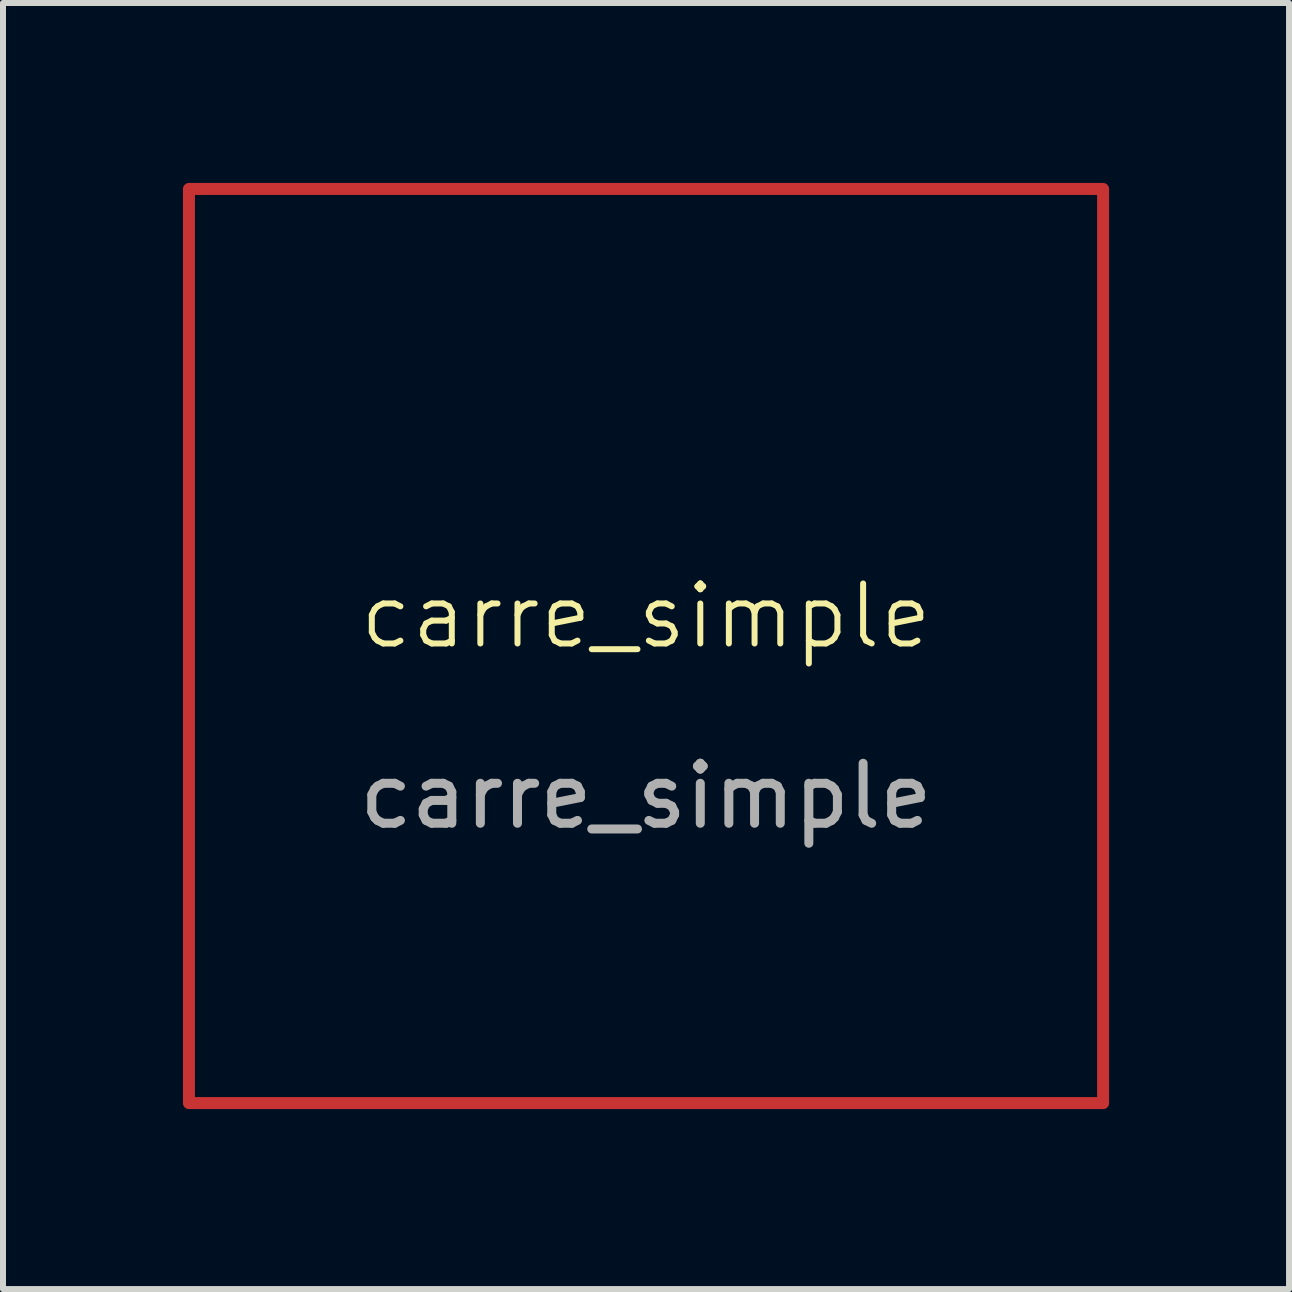
<source format=kicad_pcb>
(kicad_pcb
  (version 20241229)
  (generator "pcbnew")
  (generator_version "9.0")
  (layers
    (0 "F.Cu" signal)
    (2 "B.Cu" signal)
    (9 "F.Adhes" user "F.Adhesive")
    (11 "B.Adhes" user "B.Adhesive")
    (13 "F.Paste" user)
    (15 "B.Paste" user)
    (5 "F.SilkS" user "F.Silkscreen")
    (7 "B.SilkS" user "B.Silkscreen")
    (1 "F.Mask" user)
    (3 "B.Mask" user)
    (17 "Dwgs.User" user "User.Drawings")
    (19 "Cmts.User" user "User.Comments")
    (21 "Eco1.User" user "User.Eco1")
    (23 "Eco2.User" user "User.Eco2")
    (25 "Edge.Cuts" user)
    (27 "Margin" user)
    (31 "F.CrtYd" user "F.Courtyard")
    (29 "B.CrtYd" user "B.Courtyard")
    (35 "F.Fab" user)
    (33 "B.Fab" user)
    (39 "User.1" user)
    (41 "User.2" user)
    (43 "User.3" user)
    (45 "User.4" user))
  (footprint "carre_simple"
    (layer "F.Cu")
    (at 7.72 7.72)
    (property "Reference" "carre_simple" (at 0 -0.5 0) (unlocked yes) (layer "F.SilkS") (effects (font (size 1 1) (thickness 0.1))))
    (attr smd)
    (fp_rect (start -7.62 -7.62) (end 7.62 7.62) (stroke (width 0.2) (type default)) (fill no) (layer "F.Cu"))
    (fp_text user "${REFERENCE}" (at 0 2.5 0) (unlocked yes) (layer "F.Fab") (effects (font (size 1 1) (thickness 0.15)))))
  (gr_rect
    (start -3 -3)
    (end 18.44 18.44)
    (stroke (width 0.1) (type default))
    (fill no)
    (layer "Edge.Cuts")))
</source>
